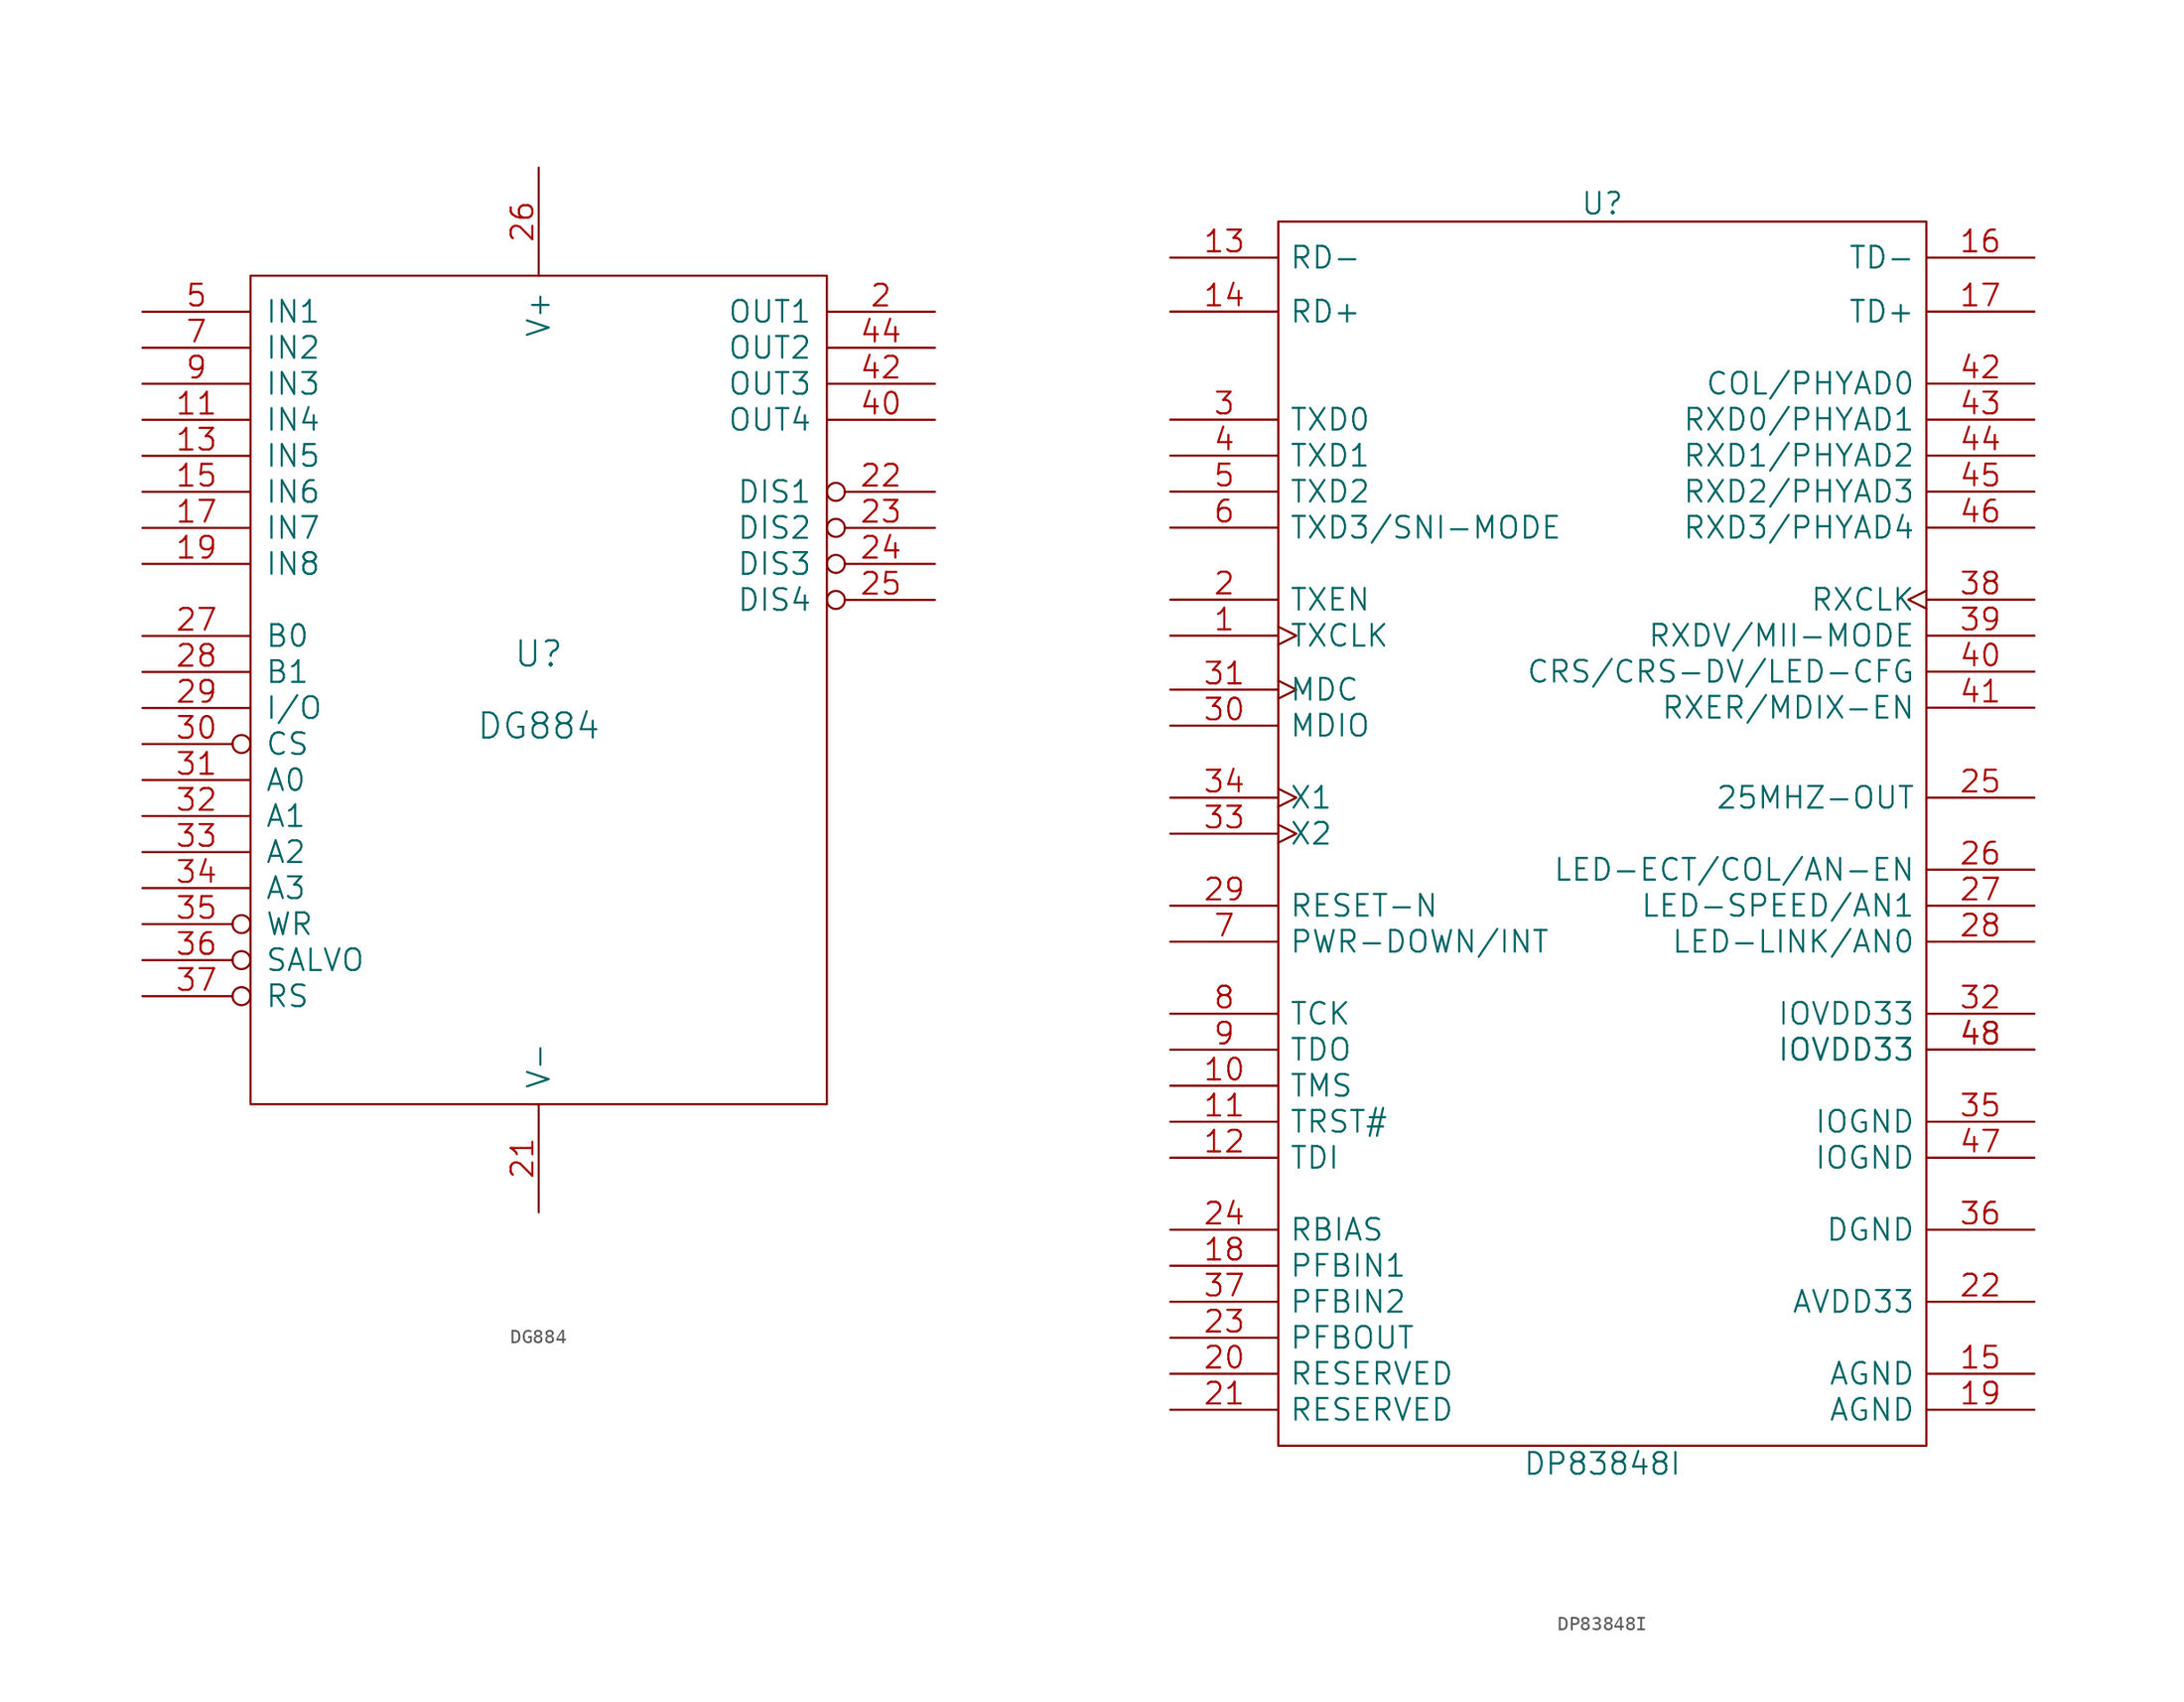
<source format=kicad_sym>
(kicad_symbol_lib
  (version 20211014)
  (generator kicad_symbol_editor)
  (symbol "DG884"
    (pin_names
      (offset 1.016))
    (property "Reference" "U"
      (at 0 2.54 0)
      (effects (font (size 1.778 1.778))))
    (property "Value" "DG884"
      (at 0 -2.54 0)
      (effects (font (size 1.778 1.778))))
    (property "Footprint" ""
      (at 0 0 0)
      (effects (font (size 1.524 1.524))))
    (property "Datasheet" ""
      (at 0 0 0)
      (effects (font (size 1.524 1.524))))
    (symbol "DG884_0_1"
      (rectangle (start -20.32 -29.21) (end 20.32 29.21) (stroke (width 0) (type default) (color 0 0 0 0)) (fill (type none))))
    (symbol "DG884_1_1"
      (pin power_in line (at -17.78 -29.21 90) (length 0) hide (name "GNDA" (effects (font (size 1.524 1.524)))) (number "1" (effects (font (size 1.524 1.524)))))
      (pin power_in line (at -5.08 -29.21 90) (length 0) hide (name "GNDA" (effects (font (size 1.524 1.524)))) (number "10" (effects (font (size 1.524 1.524)))))
      (pin input line (at -27.94 19.05 0) (length 7.62) (name "IN4" (effects (font (size 1.524 1.524)))) (number "11" (effects (font (size 1.524 1.524)))))
      (pin power_in line (at -2.54 -29.21 90) (length 0) hide (name "GNDA" (effects (font (size 1.524 1.524)))) (number "12" (effects (font (size 1.524 1.524)))))
      (pin input line (at -27.94 16.51 0) (length 7.62) (name "IN5" (effects (font (size 1.524 1.524)))) (number "13" (effects (font (size 1.524 1.524)))))
      (pin power_in line (at 2.54 -29.21 90) (length 0) hide (name "GNDA" (effects (font (size 1.524 1.524)))) (number "14" (effects (font (size 1.524 1.524)))))
      (pin input line (at -27.94 13.97 0) (length 7.62) (name "IN6" (effects (font (size 1.524 1.524)))) (number "15" (effects (font (size 1.524 1.524)))))
      (pin power_in line (at 5.08 -29.21 90) (length 0) hide (name "GNDA" (effects (font (size 1.524 1.524)))) (number "16" (effects (font (size 1.524 1.524)))))
      (pin input line (at -27.94 11.43 0) (length 7.62) (name "IN7" (effects (font (size 1.524 1.524)))) (number "17" (effects (font (size 1.524 1.524)))))
      (pin power_in line (at 7.62 -29.21 90) (length 0) hide (name "GNDA" (effects (font (size 1.524 1.524)))) (number "18" (effects (font (size 1.524 1.524)))))
      (pin input line (at -27.94 8.89 0) (length 7.62) (name "IN8" (effects (font (size 1.524 1.524)))) (number "19" (effects (font (size 1.524 1.524)))))
      (pin output line (at 27.94 26.67 180) (length 7.62) (name "OUT1" (effects (font (size 1.524 1.524)))) (number "2" (effects (font (size 1.524 1.524)))))
      (pin power_in line (at 10.16 -29.21 90) (length 0) hide (name "GNDA" (effects (font (size 1.524 1.524)))) (number "20" (effects (font (size 1.524 1.524)))))
      (pin passive line (at 0 -36.83 90) (length 7.62) (name "V-" (effects (font (size 1.524 1.524)))) (number "21" (effects (font (size 1.524 1.524)))))
      (pin output inverted (at 27.94 13.97 180) (length 7.62) (name "DIS1" (effects (font (size 1.524 1.524)))) (number "22" (effects (font (size 1.524 1.524)))))
      (pin output inverted (at 27.94 11.43 180) (length 7.62) (name "DIS2" (effects (font (size 1.524 1.524)))) (number "23" (effects (font (size 1.524 1.524)))))
      (pin output inverted (at 27.94 8.89 180) (length 7.62) (name "DIS3" (effects (font (size 1.524 1.524)))) (number "24" (effects (font (size 1.524 1.524)))))
      (pin output inverted (at 27.94 6.35 180) (length 7.62) (name "DIS4" (effects (font (size 1.524 1.524)))) (number "25" (effects (font (size 1.524 1.524)))))
      (pin passive line (at 0 36.83 270) (length 7.62) (name "V+" (effects (font (size 1.524 1.524)))) (number "26" (effects (font (size 1.524 1.524)))))
      (pin input line (at -27.94 3.81 0) (length 7.62) (name "B0" (effects (font (size 1.524 1.524)))) (number "27" (effects (font (size 1.524 1.524)))))
      (pin input line (at -27.94 1.27 0) (length 7.62) (name "B1" (effects (font (size 1.524 1.524)))) (number "28" (effects (font (size 1.524 1.524)))))
      (pin input line (at -27.94 -1.27 0) (length 7.62) (name "I/O" (effects (font (size 1.524 1.524)))) (number "29" (effects (font (size 1.524 1.524)))))
      (pin power_in line (at -15.24 -29.21 90) (length 0) hide (name "GNDA" (effects (font (size 1.524 1.524)))) (number "3" (effects (font (size 1.524 1.524)))))
      (pin input inverted (at -27.94 -3.81 0) (length 7.62) (name "CS" (effects (font (size 1.524 1.524)))) (number "30" (effects (font (size 1.524 1.524)))))
      (pin input line (at -27.94 -6.35 0) (length 7.62) (name "A0" (effects (font (size 1.524 1.524)))) (number "31" (effects (font (size 1.524 1.524)))))
      (pin input line (at -27.94 -8.89 0) (length 7.62) (name "A1" (effects (font (size 1.524 1.524)))) (number "32" (effects (font (size 1.524 1.524)))))
      (pin input line (at -27.94 -11.43 0) (length 7.62) (name "A2" (effects (font (size 1.524 1.524)))) (number "33" (effects (font (size 1.524 1.524)))))
      (pin input line (at -27.94 -13.97 0) (length 7.62) (name "A3" (effects (font (size 1.524 1.524)))) (number "34" (effects (font (size 1.524 1.524)))))
      (pin input inverted (at -27.94 -16.51 0) (length 7.62) (name "WR" (effects (font (size 1.524 1.524)))) (number "35" (effects (font (size 1.524 1.524)))))
      (pin input inverted (at -27.94 -19.05 0) (length 7.62) (name "SALVO" (effects (font (size 1.524 1.524)))) (number "36" (effects (font (size 1.524 1.524)))))
      (pin input inverted (at -27.94 -21.59 0) (length 7.62) (name "RS" (effects (font (size 1.524 1.524)))) (number "37" (effects (font (size 1.524 1.524)))))
      (pin power_in line (at 17.78 29.21 90) (length 0) hide (name "VCC" (effects (font (size 1.524 1.524)))) (number "38" (effects (font (size 1.524 1.524)))))
      (pin power_in line (at 17.78 -29.21 90) (length 0) hide (name "GND" (effects (font (size 1.524 1.524)))) (number "39" (effects (font (size 1.524 1.524)))))
      (pin power_in line (at -12.7 -29.21 90) (length 0) hide (name "GNDA" (effects (font (size 1.524 1.524)))) (number "4" (effects (font (size 1.524 1.524)))))
      (pin output line (at 27.94 19.05 180) (length 7.62) (name "OUT4" (effects (font (size 1.524 1.524)))) (number "40" (effects (font (size 1.524 1.524)))))
      (pin power_in line (at 12.7 -29.21 90) (length 0) hide (name "GNDA" (effects (font (size 1.524 1.524)))) (number "41" (effects (font (size 1.524 1.524)))))
      (pin output line (at 27.94 21.59 180) (length 7.62) (name "OUT3" (effects (font (size 1.524 1.524)))) (number "42" (effects (font (size 1.524 1.524)))))
      (pin power_in line (at 15.24 -29.21 90) (length 0) hide (name "GNDA" (effects (font (size 1.524 1.524)))) (number "43" (effects (font (size 1.524 1.524)))))
      (pin output line (at 27.94 24.13 180) (length 7.62) (name "OUT2" (effects (font (size 1.524 1.524)))) (number "44" (effects (font (size 1.524 1.524)))))
      (pin input line (at -27.94 26.67 0) (length 7.62) (name "IN1" (effects (font (size 1.524 1.524)))) (number "5" (effects (font (size 1.524 1.524)))))
      (pin power_in line (at -10.16 -29.21 90) (length 0) hide (name "GNDA" (effects (font (size 1.524 1.524)))) (number "6" (effects (font (size 1.524 1.524)))))
      (pin input line (at -27.94 24.13 0) (length 7.62) (name "IN2" (effects (font (size 1.524 1.524)))) (number "7" (effects (font (size 1.524 1.524)))))
      (pin power_in line (at -7.62 -29.21 90) (length 0) hide (name "GNDA" (effects (font (size 1.524 1.524)))) (number "8" (effects (font (size 1.524 1.524)))))
      (pin input line (at -27.94 21.59 0) (length 7.62) (name "IN3" (effects (font (size 1.524 1.524)))) (number "9" (effects (font (size 1.524 1.524)))))))
  (symbol "DP83848I"
    (pin_names
      (offset 0.762))
    (property "Reference" "U"
      (at 0 44.45 0)
      (effects (font (size 1.524 1.524))))
    (property "Value" "DP83848I"
      (at 0 -44.45 0)
      (effects (font (size 1.524 1.524))))
    (property "Footprint" ""
      (at 0 0 0)
      (effects (font (size 1.524 1.524))))
    (property "Datasheet" ""
      (at 0 0 0)
      (effects (font (size 1.524 1.524))))
    (symbol "DP83848I_0_1"
      (rectangle (start -22.86 43.18) (end 22.86 -43.18) (stroke (width 0) (type default) (color 0 0 0 0)) (fill (type none))))
    (symbol "DP83848I_1_1"
      (pin output clock (at -30.48 13.97 0) (length 7.62) (name "TXCLK" (effects (font (size 1.524 1.524)))) (number "1" (effects (font (size 1.524 1.524)))))
      (pin input line (at -30.48 -17.78 0) (length 7.62) (name "TMS" (effects (font (size 1.524 1.524)))) (number "10" (effects (font (size 1.524 1.524)))))
      (pin input line (at -30.48 -20.32 0) (length 7.62) (name "TRST#" (effects (font (size 1.524 1.524)))) (number "11" (effects (font (size 1.524 1.524)))))
      (pin input line (at -30.48 -22.86 0) (length 7.62) (name "TDI" (effects (font (size 1.524 1.524)))) (number "12" (effects (font (size 1.524 1.524)))))
      (pin bidirectional line (at -30.48 40.64 0) (length 7.62) (name "RD-" (effects (font (size 1.524 1.524)))) (number "13" (effects (font (size 1.524 1.524)))))
      (pin bidirectional line (at -30.48 36.83 0) (length 7.62) (name "RD+" (effects (font (size 1.524 1.524)))) (number "14" (effects (font (size 1.524 1.524)))))
      (pin power_in line (at 30.48 -38.1 180) (length 7.62) (name "AGND" (effects (font (size 1.524 1.524)))) (number "15" (effects (font (size 1.524 1.524)))))
      (pin bidirectional line (at 30.48 40.64 180) (length 7.62) (name "TD-" (effects (font (size 1.524 1.524)))) (number "16" (effects (font (size 1.524 1.524)))))
      (pin bidirectional line (at 30.48 36.83 180) (length 7.62) (name "TD+" (effects (font (size 1.524 1.524)))) (number "17" (effects (font (size 1.524 1.524)))))
      (pin input line (at -30.48 -30.48 0) (length 7.62) (name "PFBIN1" (effects (font (size 1.524 1.524)))) (number "18" (effects (font (size 1.524 1.524)))))
      (pin power_in line (at 30.48 -40.64 180) (length 7.62) (name "AGND" (effects (font (size 1.524 1.524)))) (number "19" (effects (font (size 1.524 1.524)))))
      (pin input line (at -30.48 16.51 0) (length 7.62) (name "TXEN" (effects (font (size 1.524 1.524)))) (number "2" (effects (font (size 1.524 1.524)))))
      (pin bidirectional line (at -30.48 -38.1 0) (length 7.62) (name "RESERVED" (effects (font (size 1.524 1.524)))) (number "20" (effects (font (size 1.524 1.524)))))
      (pin bidirectional line (at -30.48 -40.64 0) (length 7.62) (name "RESERVED" (effects (font (size 1.524 1.524)))) (number "21" (effects (font (size 1.524 1.524)))))
      (pin power_in line (at 30.48 -33.02 180) (length 7.62) (name "AVDD33" (effects (font (size 1.524 1.524)))) (number "22" (effects (font (size 1.524 1.524)))))
      (pin output line (at -30.48 -35.56 0) (length 7.62) (name "PFBOUT" (effects (font (size 1.524 1.524)))) (number "23" (effects (font (size 1.524 1.524)))))
      (pin input line (at -30.48 -27.94 0) (length 7.62) (name "RBIAS" (effects (font (size 1.524 1.524)))) (number "24" (effects (font (size 1.524 1.524)))))
      (pin output line (at 30.48 2.54 180) (length 7.62) (name "25MHZ-OUT" (effects (font (size 1.524 1.524)))) (number "25" (effects (font (size 1.524 1.524)))))
      (pin output line (at 30.48 -2.54 180) (length 7.62) (name "LED-ECT/COL/AN-EN" (effects (font (size 1.524 1.524)))) (number "26" (effects (font (size 1.524 1.524)))))
      (pin output line (at 30.48 -5.08 180) (length 7.62) (name "LED-SPEED/AN1" (effects (font (size 1.524 1.524)))) (number "27" (effects (font (size 1.524 1.524)))))
      (pin output line (at 30.48 -7.62 180) (length 7.62) (name "LED-LINK/AN0" (effects (font (size 1.524 1.524)))) (number "28" (effects (font (size 1.524 1.524)))))
      (pin input line (at -30.48 -5.08 0) (length 7.62) (name "RESET-N" (effects (font (size 1.524 1.524)))) (number "29" (effects (font (size 1.524 1.524)))))
      (pin input line (at -30.48 29.21 0) (length 7.62) (name "TXD0" (effects (font (size 1.524 1.524)))) (number "3" (effects (font (size 1.524 1.524)))))
      (pin bidirectional line (at -30.48 7.62 0) (length 7.62) (name "MDIO" (effects (font (size 1.524 1.524)))) (number "30" (effects (font (size 1.524 1.524)))))
      (pin input clock (at -30.48 10.16 0) (length 7.62) (name "MDC" (effects (font (size 1.524 1.524)))) (number "31" (effects (font (size 1.524 1.524)))))
      (pin power_in line (at 30.48 -12.7 180) (length 7.62) (name "IOVDD33" (effects (font (size 1.524 1.524)))) (number "32" (effects (font (size 1.524 1.524)))))
      (pin output clock (at -30.48 0 0) (length 7.62) (name "X2" (effects (font (size 1.524 1.524)))) (number "33" (effects (font (size 1.524 1.524)))))
      (pin input clock (at -30.48 2.54 0) (length 7.62) (name "X1" (effects (font (size 1.524 1.524)))) (number "34" (effects (font (size 1.524 1.524)))))
      (pin power_in line (at 30.48 -20.32 180) (length 7.62) (name "IOGND" (effects (font (size 1.524 1.524)))) (number "35" (effects (font (size 1.524 1.524)))))
      (pin power_in line (at 30.48 -27.94 180) (length 7.62) (name "DGND" (effects (font (size 1.524 1.524)))) (number "36" (effects (font (size 1.524 1.524)))))
      (pin input line (at -30.48 -33.02 0) (length 7.62) (name "PFBIN2" (effects (font (size 1.524 1.524)))) (number "37" (effects (font (size 1.524 1.524)))))
      (pin output clock (at 30.48 16.51 180) (length 7.62) (name "RXCLK" (effects (font (size 1.524 1.524)))) (number "38" (effects (font (size 1.524 1.524)))))
      (pin output line (at 30.48 13.97 180) (length 7.62) (name "RXDV/MII-MODE" (effects (font (size 1.524 1.524)))) (number "39" (effects (font (size 1.524 1.524)))))
      (pin input line (at -30.48 26.67 0) (length 7.62) (name "TXD1" (effects (font (size 1.524 1.524)))) (number "4" (effects (font (size 1.524 1.524)))))
      (pin output line (at 30.48 11.43 180) (length 7.62) (name "CRS/CRS-DV/LED-CFG" (effects (font (size 1.524 1.524)))) (number "40" (effects (font (size 1.524 1.524)))))
      (pin output line (at 30.48 8.89 180) (length 7.62) (name "RXER/MDIX-EN" (effects (font (size 1.524 1.524)))) (number "41" (effects (font (size 1.524 1.524)))))
      (pin output line (at 30.48 31.75 180) (length 7.62) (name "COL/PHYAD0" (effects (font (size 1.524 1.524)))) (number "42" (effects (font (size 1.524 1.524)))))
      (pin output line (at 30.48 29.21 180) (length 7.62) (name "RXD0/PHYAD1" (effects (font (size 1.524 1.524)))) (number "43" (effects (font (size 1.524 1.524)))))
      (pin output line (at 30.48 26.67 180) (length 7.62) (name "RXD1/PHYAD2" (effects (font (size 1.524 1.524)))) (number "44" (effects (font (size 1.524 1.524)))))
      (pin output line (at 30.48 24.13 180) (length 7.62) (name "RXD2/PHYAD3" (effects (font (size 1.524 1.524)))) (number "45" (effects (font (size 1.524 1.524)))))
      (pin output line (at 30.48 21.59 180) (length 7.62) (name "RXD3/PHYAD4" (effects (font (size 1.524 1.524)))) (number "46" (effects (font (size 1.524 1.524)))))
      (pin power_in line (at 30.48 -22.86 180) (length 7.62) (name "IOGND" (effects (font (size 1.524 1.524)))) (number "47" (effects (font (size 1.524 1.524)))))
      (pin power_in line (at 30.48 -15.24 180) (length 7.62) (name "IOVDD33" (effects (font (size 1.524 1.524)))) (number "48" (effects (font (size 1.524 1.524)))))
      (pin power_in line (at 30.48 -15.24 180) (length 7.62) (name "IOVDD33" (effects (font (size 1.524 1.524)))) (number "48" (effects (font (size 1.524 1.524)))))
      (pin input line (at -30.48 24.13 0) (length 7.62) (name "TXD2" (effects (font (size 1.524 1.524)))) (number "5" (effects (font (size 1.524 1.524)))))
      (pin input line (at -30.48 21.59 0) (length 7.62) (name "TXD3/SNI-MODE" (effects (font (size 1.524 1.524)))) (number "6" (effects (font (size 1.524 1.524)))))
      (pin bidirectional line (at -30.48 -7.62 0) (length 7.62) (name "PWR-DOWN/INT" (effects (font (size 1.524 1.524)))) (number "7" (effects (font (size 1.524 1.524)))))
      (pin input line (at -30.48 -12.7 0) (length 7.62) (name "TCK" (effects (font (size 1.524 1.524)))) (number "8" (effects (font (size 1.524 1.524)))))
      (pin output line (at -30.48 -15.24 0) (length 7.62) (name "TDO" (effects (font (size 1.524 1.524)))) (number "9" (effects (font (size 1.524 1.524))))))))
</source>
